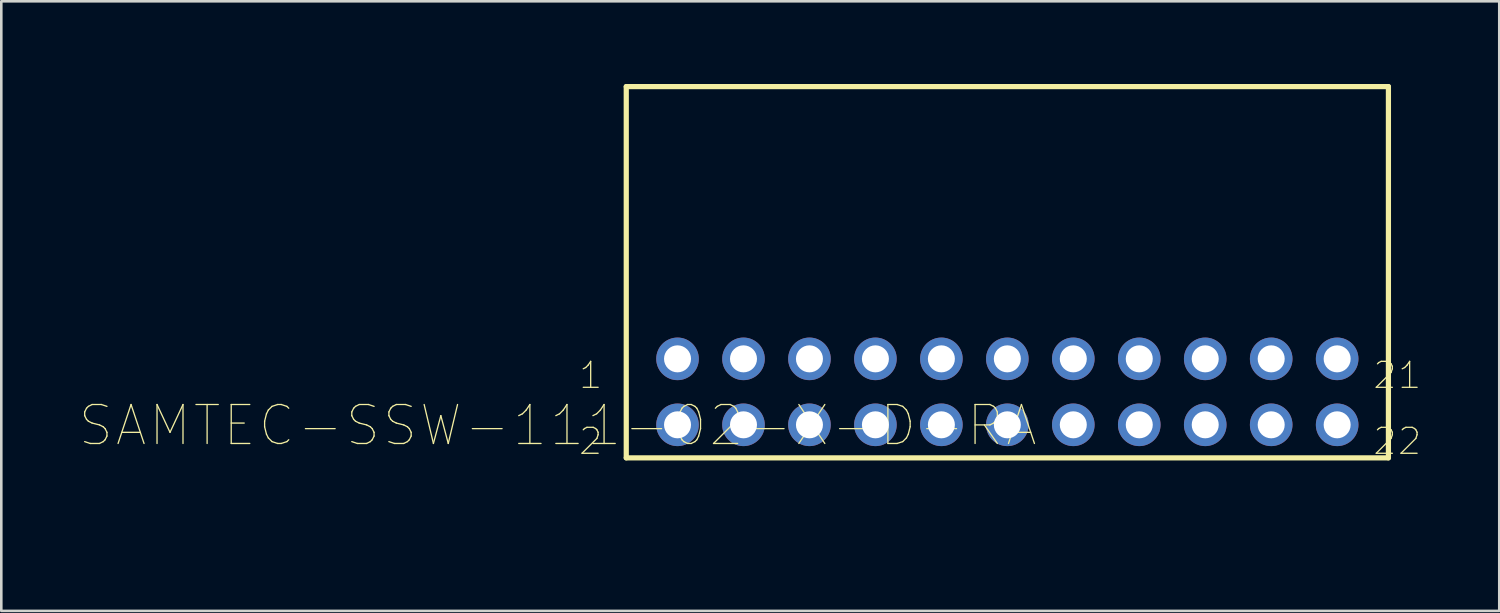
<source format=kicad_pcb>
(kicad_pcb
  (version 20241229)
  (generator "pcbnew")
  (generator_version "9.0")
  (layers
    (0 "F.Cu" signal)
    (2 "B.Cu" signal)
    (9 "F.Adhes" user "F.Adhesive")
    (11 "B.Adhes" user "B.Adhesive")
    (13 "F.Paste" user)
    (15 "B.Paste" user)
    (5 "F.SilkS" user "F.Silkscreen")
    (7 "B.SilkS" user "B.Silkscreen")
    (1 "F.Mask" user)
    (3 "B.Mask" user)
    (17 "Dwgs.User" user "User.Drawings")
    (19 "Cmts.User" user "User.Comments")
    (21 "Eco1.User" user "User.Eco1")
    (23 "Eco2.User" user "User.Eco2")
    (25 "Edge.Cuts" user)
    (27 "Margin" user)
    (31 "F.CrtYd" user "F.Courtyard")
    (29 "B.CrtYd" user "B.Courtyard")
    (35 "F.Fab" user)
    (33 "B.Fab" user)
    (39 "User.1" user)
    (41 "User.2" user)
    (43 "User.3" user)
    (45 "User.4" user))
  (footprint "SAMTEC-SSW-111-02-X-D-RA"
    (layer "F.Cu")
    (at 35.739 4.99)
    (property "Reference" "SAMTEC-SSW-111-02-X-D-RA" (at -17.314 8.345 0) (layer "F.SilkS") (effects (font (size 1.5 1.5) (thickness 0.05))))
    (attr through_hole)
    (fp_circle (center -12.7 5.778) (end -11.829 5.778) (stroke (width 0.1) (type solid)) (fill no) (layer "F.Mask"))
    (fp_circle (center -12.7 8.318) (end -11.829 8.318) (stroke (width 0.1) (type solid)) (fill no) (layer "F.Mask"))
    (fp_circle (center -10.16 5.778) (end -9.289 5.778) (stroke (width 0.1) (type solid)) (fill no) (layer "F.Mask"))
    (fp_circle (center -10.16 8.318) (end -9.289 8.318) (stroke (width 0.1) (type solid)) (fill no) (layer "F.Mask"))
    (fp_circle (center -7.62 5.778) (end -6.749 5.778) (stroke (width 0.1) (type solid)) (fill no) (layer "F.Mask"))
    (fp_circle (center -7.62 8.318) (end -6.749 8.318) (stroke (width 0.1) (type solid)) (fill no) (layer "F.Mask"))
    (fp_circle (center -5.08 5.778) (end -4.209 5.778) (stroke (width 0.1) (type solid)) (fill no) (layer "F.Mask"))
    (fp_circle (center -5.08 8.318) (end -4.209 8.318) (stroke (width 0.1) (type solid)) (fill no) (layer "F.Mask"))
    (fp_circle (center -2.54 5.778) (end -1.669 5.778) (stroke (width 0.1) (type solid)) (fill no) (layer "F.Mask"))
    (fp_circle (center -2.54 8.318) (end -1.669 8.318) (stroke (width 0.1) (type solid)) (fill no) (layer "F.Mask"))
    (fp_circle (center 0 5.778) (end 0.871 5.778) (stroke (width 0.1) (type solid)) (fill no) (layer "F.Mask"))
    (fp_circle (center 0 8.318) (end 0.871 8.318) (stroke (width 0.1) (type solid)) (fill no) (layer "F.Mask"))
    (fp_circle (center 2.54 5.778) (end 3.411 5.778) (stroke (width 0.1) (type solid)) (fill no) (layer "F.Mask"))
    (fp_circle (center 2.54 8.318) (end 3.411 8.318) (stroke (width 0.1) (type solid)) (fill no) (layer "F.Mask"))
    (fp_circle (center 5.08 5.778) (end 5.951 5.778) (stroke (width 0.1) (type solid)) (fill no) (layer "F.Mask"))
    (fp_circle (center 5.08 8.318) (end 5.951 8.318) (stroke (width 0.1) (type solid)) (fill no) (layer "F.Mask"))
    (fp_circle (center 7.62 5.778) (end 8.491 5.778) (stroke (width 0.1) (type solid)) (fill no) (layer "F.Mask"))
    (fp_circle (center 7.62 8.318) (end 8.491 8.318) (stroke (width 0.1) (type solid)) (fill no) (layer "F.Mask"))
    (fp_circle (center 10.16 5.778) (end 11.031 5.778) (stroke (width 0.1) (type solid)) (fill no) (layer "F.Mask"))
    (fp_circle (center 10.16 8.318) (end 11.031 8.318) (stroke (width 0.1) (type solid)) (fill no) (layer "F.Mask"))
    (fp_circle (center 12.7 5.778) (end 13.571 5.778) (stroke (width 0.1) (type solid)) (fill no) (layer "F.Mask"))
    (fp_circle (center 12.7 8.318) (end 13.571 8.318) (stroke (width 0.1) (type solid)) (fill no) (layer "F.Mask"))
    (fp_circle (center -12.7 5.778) (end -11.829 5.778) (stroke (width 0.1) (type solid)) (fill no) (layer "B.Mask"))
    (fp_circle (center -12.7 8.318) (end -11.829 8.318) (stroke (width 0.1) (type solid)) (fill no) (layer "B.Mask"))
    (fp_circle (center -10.16 5.778) (end -9.289 5.778) (stroke (width 0.1) (type solid)) (fill no) (layer "B.Mask"))
    (fp_circle (center -10.16 8.318) (end -9.289 8.318) (stroke (width 0.1) (type solid)) (fill no) (layer "B.Mask"))
    (fp_circle (center -7.62 5.778) (end -6.749 5.778) (stroke (width 0.1) (type solid)) (fill no) (layer "B.Mask"))
    (fp_circle (center -7.62 8.318) (end -6.749 8.318) (stroke (width 0.1) (type solid)) (fill no) (layer "B.Mask"))
    (fp_circle (center -5.08 5.778) (end -4.209 5.778) (stroke (width 0.1) (type solid)) (fill no) (layer "B.Mask"))
    (fp_circle (center -5.08 8.318) (end -4.209 8.318) (stroke (width 0.1) (type solid)) (fill no) (layer "B.Mask"))
    (fp_circle (center -2.54 5.778) (end -1.669 5.778) (stroke (width 0.1) (type solid)) (fill no) (layer "B.Mask"))
    (fp_circle (center -2.54 8.318) (end -1.669 8.318) (stroke (width 0.1) (type solid)) (fill no) (layer "B.Mask"))
    (fp_circle (center 0 5.778) (end 0.871 5.778) (stroke (width 0.1) (type solid)) (fill no) (layer "B.Mask"))
    (fp_circle (center 0 8.318) (end 0.871 8.318) (stroke (width 0.1) (type solid)) (fill no) (layer "B.Mask"))
    (fp_circle (center 2.54 5.778) (end 3.411 5.778) (stroke (width 0.1) (type solid)) (fill no) (layer "B.Mask"))
    (fp_circle (center 2.54 8.318) (end 3.411 8.318) (stroke (width 0.1) (type solid)) (fill no) (layer "B.Mask"))
    (fp_circle (center 5.08 5.778) (end 5.951 5.778) (stroke (width 0.1) (type solid)) (fill no) (layer "B.Mask"))
    (fp_circle (center 5.08 8.318) (end 5.951 8.318) (stroke (width 0.1) (type solid)) (fill no) (layer "B.Mask"))
    (fp_circle (center 7.62 5.778) (end 8.491 5.778) (stroke (width 0.1) (type solid)) (fill no) (layer "B.Mask"))
    (fp_circle (center 7.62 8.318) (end 8.491 8.318) (stroke (width 0.1) (type solid)) (fill no) (layer "B.Mask"))
    (fp_circle (center 10.16 5.778) (end 11.031 5.778) (stroke (width 0.1) (type solid)) (fill no) (layer "B.Mask"))
    (fp_circle (center 10.16 8.318) (end 11.031 8.318) (stroke (width 0.1) (type solid)) (fill no) (layer "B.Mask"))
    (fp_circle (center 12.7 5.778) (end 13.571 5.778) (stroke (width 0.1) (type solid)) (fill no) (layer "B.Mask"))
    (fp_circle (center 12.7 8.318) (end 13.571 8.318) (stroke (width 0.1) (type solid)) (fill no) (layer "B.Mask"))
    (fp_line (start -14.674 -4.705) (end -14.674 9.59) (stroke (width 0.2) (type solid)) (layer "F.SilkS"))
    (fp_line (start -14.674 9.59) (end 14.674 9.59) (stroke (width 0.2) (type solid)) (layer "F.SilkS"))
    (fp_line (start 14.674 -4.705) (end -14.674 -4.705) (stroke (width 0.2) (type solid)) (layer "F.SilkS"))
    (fp_line (start 14.674 9.59) (end 14.674 -4.705) (stroke (width 0.2) (type solid)) (layer "F.SilkS"))
    (fp_poly (pts (xy -14.909 9.825) (xy -14.909 -4.94) (xy 14.909 -4.94) (xy 14.909 9.825) (xy -14.909 9.825)) (stroke (width 0.1) (type solid)) (fill no) (layer "Eco1.User"))
    (fp_line (start -20.606 -3.62) (end -20.447 -3.746) (stroke (width 0.1) (type solid)) (layer "Eco2.User"))
    (fp_line (start -20.606 3.62) (end -20.447 4.254) (stroke (width 0.1) (type solid)) (layer "Eco2.User"))
    (fp_line (start -20.526 -3.683) (end -20.447 -3.746) (stroke (width 0.1) (type solid)) (layer "Eco2.User"))
    (fp_line (start -20.526 3.683) (end -20.606 3.62) (stroke (width 0.1) (type solid)) (layer "Eco2.User"))
    (fp_line (start -20.447 -4.254) (end -20.606 -3.62) (stroke (width 0.1) (type solid)) (layer "Eco2.User"))
    (fp_line (start -20.447 -4.254) (end -20.526 -3.683) (stroke (width 0.1) (type solid)) (layer "Eco2.User"))
    (fp_line (start -20.447 -4.254) (end -20.368 -3.683) (stroke (width 0.1) (type solid)) (layer "Eco2.User"))
    (fp_line (start -20.447 -3.746) (end -20.447 -4.254) (stroke (width 0.1) (type solid)) (layer "Eco2.User"))
    (fp_line (start -20.447 -3.746) (end -20.288 -3.62) (stroke (width 0.1) (type solid)) (layer "Eco2.User"))
    (fp_line (start -20.447 -0.318) (end -20.447 -4.254) (stroke (width 0.1) (type solid)) (layer "Eco2.User"))
    (fp_line (start -20.447 0.318) (end -20.447 4.254) (stroke (width 0.1) (type solid)) (layer "Eco2.User"))
    (fp_line (start -20.447 3.746) (end -20.606 3.62) (stroke (width 0.1) (type solid)) (layer "Eco2.User"))
    (fp_line (start -20.447 3.746) (end -20.447 4.254) (stroke (width 0.1) (type solid)) (layer "Eco2.User"))
    (fp_line (start -20.447 4.254) (end -20.526 3.683) (stroke (width 0.1) (type solid)) (layer "Eco2.User"))
    (fp_line (start -20.447 4.254) (end -20.368 3.683) (stroke (width 0.1) (type solid)) (layer "Eco2.User"))
    (fp_line (start -20.447 4.254) (end -20.288 3.62) (stroke (width 0.1) (type solid)) (layer "Eco2.User"))
    (fp_line (start -20.368 -3.683) (end -20.288 -3.62) (stroke (width 0.1) (type solid)) (layer "Eco2.User"))
    (fp_line (start -20.368 3.683) (end -20.447 3.746) (stroke (width 0.1) (type solid)) (layer "Eco2.User"))
    (fp_line (start -20.288 -3.62) (end -20.447 -4.254) (stroke (width 0.1) (type solid)) (layer "Eco2.User"))
    (fp_line (start -20.288 3.62) (end -20.447 3.746) (stroke (width 0.1) (type solid)) (layer "Eco2.User"))
    (fp_line (start -18.764 6.414) (end -18.606 6.286) (stroke (width 0.1) (type solid)) (layer "Eco2.User"))
    (fp_line (start -18.764 7.684) (end -18.606 8.318) (stroke (width 0.1) (type solid)) (layer "Eco2.User"))
    (fp_line (start -18.685 6.35) (end -18.606 6.286) (stroke (width 0.1) (type solid)) (layer "Eco2.User"))
    (fp_line (start -18.685 7.747) (end -18.764 7.684) (stroke (width 0.1) (type solid)) (layer "Eco2.User"))
    (fp_line (start -18.606 5.778) (end -18.764 6.414) (stroke (width 0.1) (type solid)) (layer "Eco2.User"))
    (fp_line (start -18.606 5.778) (end -18.685 6.35) (stroke (width 0.1) (type solid)) (layer "Eco2.User"))
    (fp_line (start -18.606 5.778) (end -18.526 6.35) (stroke (width 0.1) (type solid)) (layer "Eco2.User"))
    (fp_line (start -18.606 6.286) (end -18.606 5.778) (stroke (width 0.1) (type solid)) (layer "Eco2.User"))
    (fp_line (start -18.606 6.286) (end -18.447 6.414) (stroke (width 0.1) (type solid)) (layer "Eco2.User"))
    (fp_line (start -18.606 6.731) (end -18.606 5.778) (stroke (width 0.1) (type solid)) (layer "Eco2.User"))
    (fp_line (start -18.606 7.366) (end -18.606 8.318) (stroke (width 0.1) (type solid)) (layer "Eco2.User"))
    (fp_line (start -18.606 7.81) (end -18.764 7.684) (stroke (width 0.1) (type solid)) (layer "Eco2.User"))
    (fp_line (start -18.606 7.81) (end -18.606 8.318) (stroke (width 0.1) (type solid)) (layer "Eco2.User"))
    (fp_line (start -18.606 8.318) (end -18.685 7.747) (stroke (width 0.1) (type solid)) (layer "Eco2.User"))
    (fp_line (start -18.606 8.318) (end -18.526 7.747) (stroke (width 0.1) (type solid)) (layer "Eco2.User"))
    (fp_line (start -18.606 8.318) (end -18.447 7.684) (stroke (width 0.1) (type solid)) (layer "Eco2.User"))
    (fp_line (start -18.526 6.35) (end -18.447 6.414) (stroke (width 0.1) (type solid)) (layer "Eco2.User"))
    (fp_line (start -18.526 7.747) (end -18.606 7.81) (stroke (width 0.1) (type solid)) (layer "Eco2.User"))
    (fp_line (start -18.447 6.414) (end -18.606 5.778) (stroke (width 0.1) (type solid)) (layer "Eco2.User"))
    (fp_line (start -18.447 7.684) (end -18.606 7.81) (stroke (width 0.1) (type solid)) (layer "Eco2.User"))
    (fp_line (start -14.925 -4.254) (end -21.148 -4.254) (stroke (width 0.1) (type solid)) (layer "Eco2.User"))
    (fp_line (start -14.925 4.254) (end -21.148 4.254) (stroke (width 0.1) (type solid)) (layer "Eco2.User"))
    (fp_line (start -14.674 -4.705) (end -14.674 9.59) (stroke (width 0.1) (type solid)) (layer "Eco2.User"))
    (fp_line (start -14.674 9.59) (end 14.674 9.59) (stroke (width 0.1) (type solid)) (layer "Eco2.User"))
    (fp_line (start -14.224 -4.254) (end -14.224 4.254) (stroke (width 0.1) (type solid)) (layer "Eco2.User"))
    (fp_line (start -14.224 4.254) (end -13.716 4.254) (stroke (width 0.1) (type solid)) (layer "Eco2.User"))
    (fp_line (start -14.224 4.956) (end -14.224 9.02) (stroke (width 0.1) (type solid)) (layer "Eco2.User"))
    (fp_line (start -14.224 8.318) (end -13.652 8.239) (stroke (width 0.1) (type solid)) (layer "Eco2.User"))
    (fp_line (start -14.224 8.318) (end -13.652 8.398) (stroke (width 0.1) (type solid)) (layer "Eco2.User"))
    (fp_line (start -14.224 8.318) (end -13.589 8.477) (stroke (width 0.1) (type solid)) (layer "Eco2.User"))
    (fp_line (start -13.818 10.668) (end -12.7 10.668) (stroke (width 0.1) (type solid)) (layer "Eco2.User"))
    (fp_line (start -13.716 3.746) (end -11.684 3.746) (stroke (width 0.1) (type solid)) (layer "Eco2.User"))
    (fp_line (start -13.716 4.254) (end -13.716 3.746) (stroke (width 0.1) (type solid)) (layer "Eco2.User"))
    (fp_line (start -13.716 8.318) (end -14.224 8.318) (stroke (width 0.1) (type solid)) (layer "Eco2.User"))
    (fp_line (start -13.716 8.318) (end -13.589 8.16) (stroke (width 0.1) (type solid)) (layer "Eco2.User"))
    (fp_line (start -13.652 8.239) (end -13.589 8.16) (stroke (width 0.1) (type solid)) (layer "Eco2.User"))
    (fp_line (start -13.652 8.398) (end -13.716 8.318) (stroke (width 0.1) (type solid)) (layer "Eco2.User"))
    (fp_line (start -13.589 8.16) (end -14.224 8.318) (stroke (width 0.1) (type solid)) (layer "Eco2.User"))
    (fp_line (start -13.589 8.477) (end -13.716 8.318) (stroke (width 0.1) (type solid)) (layer "Eco2.User"))
    (fp_line (start -13.401 5.778) (end -19.307 5.778) (stroke (width 0.1) (type solid)) (layer "Eco2.User"))
    (fp_line (start -13.401 8.318) (end -19.307 8.318) (stroke (width 0.1) (type solid)) (layer "Eco2.User"))
    (fp_line (start -13.094 3.746) (end -13.094 8.522) (stroke (width 0.1) (type solid)) (layer "Eco2.User"))
    (fp_line (start -13.094 8.522) (end -12.306 8.522) (stroke (width 0.1) (type solid)) (layer "Eco2.User"))
    (fp_line (start -12.7 9.02) (end -12.7 11.369) (stroke (width 0.1) (type solid)) (layer "Eco2.User"))
    (fp_line (start -12.7 9.02) (end -12.7 12.385) (stroke (width 0.1) (type solid)) (layer "Eco2.User"))
    (fp_line (start -12.7 10.668) (end -12.128 10.589) (stroke (width 0.1) (type solid)) (layer "Eco2.User"))
    (fp_line (start -12.7 10.668) (end -12.128 10.747) (stroke (width 0.1) (type solid)) (layer "Eco2.User"))
    (fp_line (start -12.7 10.668) (end -12.065 10.827) (stroke (width 0.1) (type solid)) (layer "Eco2.User"))
    (fp_line (start -12.7 10.668) (end -10.16 10.668) (stroke (width 0.1) (type solid)) (layer "Eco2.User"))
    (fp_line (start -12.7 11.684) (end -12.128 11.605) (stroke (width 0.1) (type solid)) (layer "Eco2.User"))
    (fp_line (start -12.7 11.684) (end -12.128 11.763) (stroke (width 0.1) (type solid)) (layer "Eco2.User"))
    (fp_line (start -12.7 11.684) (end -12.065 11.843) (stroke (width 0.1) (type solid)) (layer "Eco2.User"))
    (fp_line (start -12.306 8.522) (end -12.306 3.746) (stroke (width 0.1) (type solid)) (layer "Eco2.User"))
    (fp_line (start -12.192 10.668) (end -12.7 10.668) (stroke (width 0.1) (type solid)) (layer "Eco2.User"))
    (fp_line (start -12.192 10.668) (end -12.065 10.509) (stroke (width 0.1) (type solid)) (layer "Eco2.User"))
    (fp_line (start -12.192 11.684) (end -12.7 11.684) (stroke (width 0.1) (type solid)) (layer "Eco2.User"))
    (fp_line (start -12.192 11.684) (end -12.065 11.525) (stroke (width 0.1) (type solid)) (layer "Eco2.User"))
    (fp_line (start -12.128 10.589) (end -12.065 10.509) (stroke (width 0.1) (type solid)) (layer "Eco2.User"))
    (fp_line (start -12.128 10.747) (end -12.192 10.668) (stroke (width 0.1) (type solid)) (layer "Eco2.User"))
    (fp_line (start -12.128 11.605) (end -12.065 11.525) (stroke (width 0.1) (type solid)) (layer "Eco2.User"))
    (fp_line (start -12.128 11.763) (end -12.192 11.684) (stroke (width 0.1) (type solid)) (layer "Eco2.User"))
    (fp_line (start -12.065 10.509) (end -12.7 10.668) (stroke (width 0.1) (type solid)) (layer "Eco2.User"))
    (fp_line (start -12.065 10.827) (end -12.192 10.668) (stroke (width 0.1) (type solid)) (layer "Eco2.User"))
    (fp_line (start -12.065 11.525) (end -12.7 11.684) (stroke (width 0.1) (type solid)) (layer "Eco2.User"))
    (fp_line (start -12.065 11.843) (end -12.192 11.684) (stroke (width 0.1) (type solid)) (layer "Eco2.User"))
    (fp_line (start -11.684 3.746) (end -11.684 4.254) (stroke (width 0.1) (type solid)) (layer "Eco2.User"))
    (fp_line (start -11.684 4.254) (end -11.43 4.254) (stroke (width 0.1) (type solid)) (layer "Eco2.User"))
    (fp_line (start -11.43 -4.254) (end -14.224 -4.254) (stroke (width 0.1) (type solid)) (layer "Eco2.User"))
    (fp_line (start -11.176 3.746) (end -11.176 4.254) (stroke (width 0.1) (type solid)) (layer "Eco2.User"))
    (fp_line (start -11.176 4.254) (end -11.43 4.254) (stroke (width 0.1) (type solid)) (layer "Eco2.User"))
    (fp_line (start -10.795 10.509) (end -10.668 10.668) (stroke (width 0.1) (type solid)) (layer "Eco2.User"))
    (fp_line (start -10.795 10.827) (end -10.16 10.668) (stroke (width 0.1) (type solid)) (layer "Eco2.User"))
    (fp_line (start -10.732 10.589) (end -10.668 10.668) (stroke (width 0.1) (type solid)) (layer "Eco2.User"))
    (fp_line (start -10.732 10.747) (end -10.795 10.827) (stroke (width 0.1) (type solid)) (layer "Eco2.User"))
    (fp_line (start -10.668 10.668) (end -10.795 10.827) (stroke (width 0.1) (type solid)) (layer "Eco2.User"))
    (fp_line (start -10.668 10.668) (end -10.16 10.668) (stroke (width 0.1) (type solid)) (layer "Eco2.User"))
    (fp_line (start -10.554 3.746) (end -10.554 8.522) (stroke (width 0.1) (type solid)) (layer "Eco2.User"))
    (fp_line (start -10.554 8.522) (end -9.766 8.522) (stroke (width 0.1) (type solid)) (layer "Eco2.User"))
    (fp_line (start -10.16 9.02) (end -10.16 11.369) (stroke (width 0.1) (type solid)) (layer "Eco2.User"))
    (fp_line (start -10.16 10.668) (end -10.795 10.509) (stroke (width 0.1) (type solid)) (layer "Eco2.User"))
    (fp_line (start -10.16 10.668) (end -10.732 10.589) (stroke (width 0.1) (type solid)) (layer "Eco2.User"))
    (fp_line (start -10.16 10.668) (end -10.732 10.747) (stroke (width 0.1) (type solid)) (layer "Eco2.User"))
    (fp_line (start -9.766 8.522) (end -9.766 3.746) (stroke (width 0.1) (type solid)) (layer "Eco2.User"))
    (fp_line (start -9.144 3.746) (end -11.176 3.746) (stroke (width 0.1) (type solid)) (layer "Eco2.User"))
    (fp_line (start -9.144 4.254) (end -9.144 3.746) (stroke (width 0.1) (type solid)) (layer "Eco2.User"))
    (fp_line (start -8.89 -4.254) (end -11.43 -4.254) (stroke (width 0.1) (type solid)) (layer "Eco2.User"))
    (fp_line (start -8.89 4.254) (end -9.144 4.254) (stroke (width 0.1) (type solid)) (layer "Eco2.User"))
    (fp_line (start -8.636 3.746) (end -8.636 4.254) (stroke (width 0.1) (type solid)) (layer "Eco2.User"))
    (fp_line (start -8.636 4.254) (end -8.89 4.254) (stroke (width 0.1) (type solid)) (layer "Eco2.User"))
    (fp_line (start -8.014 3.746) (end -8.014 8.522) (stroke (width 0.1) (type solid)) (layer "Eco2.User"))
    (fp_line (start -8.014 8.522) (end -7.226 8.522) (stroke (width 0.1) (type solid)) (layer "Eco2.User"))
    (fp_line (start -7.226 8.522) (end -7.226 3.746) (stroke (width 0.1) (type solid)) (layer "Eco2.User"))
    (fp_line (start -6.604 3.746) (end -8.636 3.746) (stroke (width 0.1) (type solid)) (layer "Eco2.User"))
    (fp_line (start -6.604 4.254) (end -6.604 3.746) (stroke (width 0.1) (type solid)) (layer "Eco2.User"))
    (fp_line (start -6.35 -4.254) (end -8.89 -4.254) (stroke (width 0.1) (type solid)) (layer "Eco2.User"))
    (fp_line (start -6.35 4.254) (end -6.604 4.254) (stroke (width 0.1) (type solid)) (layer "Eco2.User"))
    (fp_line (start -6.096 3.746) (end -6.096 4.254) (stroke (width 0.1) (type solid)) (layer "Eco2.User"))
    (fp_line (start -6.096 4.254) (end -6.35 4.254) (stroke (width 0.1) (type solid)) (layer "Eco2.User"))
    (fp_line (start -5.474 3.746) (end -5.474 8.522) (stroke (width 0.1) (type solid)) (layer "Eco2.User"))
    (fp_line (start -5.474 8.522) (end -4.686 8.522) (stroke (width 0.1) (type solid)) (layer "Eco2.User"))
    (fp_line (start -4.686 8.522) (end -4.686 3.746) (stroke (width 0.1) (type solid)) (layer "Eco2.User"))
    (fp_line (start -4.064 3.746) (end -6.096 3.746) (stroke (width 0.1) (type solid)) (layer "Eco2.User"))
    (fp_line (start -4.064 4.254) (end -4.064 3.746) (stroke (width 0.1) (type solid)) (layer "Eco2.User"))
    (fp_line (start -3.81 -4.254) (end -6.35 -4.254) (stroke (width 0.1) (type solid)) (layer "Eco2.User"))
    (fp_line (start -3.81 4.254) (end -4.064 4.254) (stroke (width 0.1) (type solid)) (layer "Eco2.User"))
    (fp_line (start -3.556 3.746) (end -3.556 4.254) (stroke (width 0.1) (type solid)) (layer "Eco2.User"))
    (fp_line (start -3.556 4.254) (end -3.81 4.254) (stroke (width 0.1) (type solid)) (layer "Eco2.User"))
    (fp_line (start -2.934 3.746) (end -2.934 8.522) (stroke (width 0.1) (type solid)) (layer "Eco2.User"))
    (fp_line (start -2.934 8.522) (end -2.146 8.522) (stroke (width 0.1) (type solid)) (layer "Eco2.User"))
    (fp_line (start -2.146 8.522) (end -2.146 3.746) (stroke (width 0.1) (type solid)) (layer "Eco2.User"))
    (fp_line (start -1.524 3.746) (end -3.556 3.746) (stroke (width 0.1) (type solid)) (layer "Eco2.User"))
    (fp_line (start -1.524 4.254) (end -1.524 3.746) (stroke (width 0.1) (type solid)) (layer "Eco2.User"))
    (fp_line (start -1.27 -4.254) (end -3.81 -4.254) (stroke (width 0.1) (type solid)) (layer "Eco2.User"))
    (fp_line (start -1.27 4.254) (end -1.524 4.254) (stroke (width 0.1) (type solid)) (layer "Eco2.User"))
    (fp_line (start -1.016 3.746) (end -1.016 4.254) (stroke (width 0.1) (type solid)) (layer "Eco2.User"))
    (fp_line (start -1.016 4.254) (end -1.27 4.254) (stroke (width 0.1) (type solid)) (layer "Eco2.User"))
    (fp_line (start -0.991 8.318) (end -14.224 8.318) (stroke (width 0.1) (type solid)) (layer "Eco2.User"))
    (fp_line (start -0.991 11.684) (end -12.7 11.684) (stroke (width 0.1) (type solid)) (layer "Eco2.User"))
    (fp_line (start -0.394 3.746) (end -0.394 8.522) (stroke (width 0.1) (type solid)) (layer "Eco2.User"))
    (fp_line (start -0.394 8.522) (end 0.394 8.522) (stroke (width 0.1) (type solid)) (layer "Eco2.User"))
    (fp_line (start 0.394 8.522) (end 0.394 3.746) (stroke (width 0.1) (type solid)) (layer "Eco2.User"))
    (fp_line (start 0.991 8.318) (end 14.224 8.318) (stroke (width 0.1) (type solid)) (layer "Eco2.User"))
    (fp_line (start 0.991 11.684) (end 12.7 11.684) (stroke (width 0.1) (type solid)) (layer "Eco2.User"))
    (fp_line (start 1.016 3.746) (end -1.016 3.746) (stroke (width 0.1) (type solid)) (layer "Eco2.User"))
    (fp_line (start 1.016 4.254) (end 1.016 3.746) (stroke (width 0.1) (type solid)) (layer "Eco2.User"))
    (fp_line (start 1.27 -4.254) (end -1.27 -4.254) (stroke (width 0.1) (type solid)) (layer "Eco2.User"))
    (fp_line (start 1.27 4.254) (end 1.016 4.254) (stroke (width 0.1) (type solid)) (layer "Eco2.User"))
    (fp_line (start 1.524 3.746) (end 1.524 4.254) (stroke (width 0.1) (type solid)) (layer "Eco2.User"))
    (fp_line (start 1.524 4.254) (end 1.27 4.254) (stroke (width 0.1) (type solid)) (layer "Eco2.User"))
    (fp_line (start 2.146 3.746) (end 2.146 8.522) (stroke (width 0.1) (type solid)) (layer "Eco2.User"))
    (fp_line (start 2.146 8.522) (end 2.934 8.522) (stroke (width 0.1) (type solid)) (layer "Eco2.User"))
    (fp_line (start 2.934 8.522) (end 2.934 3.746) (stroke (width 0.1) (type solid)) (layer "Eco2.User"))
    (fp_line (start 3.556 3.746) (end 1.524 3.746) (stroke (width 0.1) (type solid)) (layer "Eco2.User"))
    (fp_line (start 3.556 4.254) (end 3.556 3.746) (stroke (width 0.1) (type solid)) (layer "Eco2.User"))
    (fp_line (start 3.81 -4.254) (end 1.27 -4.254) (stroke (width 0.1) (type solid)) (layer "Eco2.User"))
    (fp_line (start 3.81 4.254) (end 3.556 4.254) (stroke (width 0.1) (type solid)) (layer "Eco2.User"))
    (fp_line (start 4.064 3.746) (end 4.064 4.254) (stroke (width 0.1) (type solid)) (layer "Eco2.User"))
    (fp_line (start 4.064 4.254) (end 3.81 4.254) (stroke (width 0.1) (type solid)) (layer "Eco2.User"))
    (fp_line (start 4.686 3.746) (end 4.686 8.522) (stroke (width 0.1) (type solid)) (layer "Eco2.User"))
    (fp_line (start 4.686 8.522) (end 5.474 8.522) (stroke (width 0.1) (type solid)) (layer "Eco2.User"))
    (fp_line (start 5.474 8.522) (end 5.474 3.746) (stroke (width 0.1) (type solid)) (layer "Eco2.User"))
    (fp_line (start 6.096 3.746) (end 4.064 3.746) (stroke (width 0.1) (type solid)) (layer "Eco2.User"))
    (fp_line (start 6.096 4.254) (end 6.096 3.746) (stroke (width 0.1) (type solid)) (layer "Eco2.User"))
    (fp_line (start 6.35 -4.254) (end 3.81 -4.254) (stroke (width 0.1) (type solid)) (layer "Eco2.User"))
    (fp_line (start 6.35 4.254) (end 6.096 4.254) (stroke (width 0.1) (type solid)) (layer "Eco2.User"))
    (fp_line (start 6.604 3.746) (end 6.604 4.254) (stroke (width 0.1) (type solid)) (layer "Eco2.User"))
    (fp_line (start 6.604 4.254) (end 6.35 4.254) (stroke (width 0.1) (type solid)) (layer "Eco2.User"))
    (fp_line (start 7.226 3.746) (end 7.226 8.522) (stroke (width 0.1) (type solid)) (layer "Eco2.User"))
    (fp_line (start 7.226 8.522) (end 8.014 8.522) (stroke (width 0.1) (type solid)) (layer "Eco2.User"))
    (fp_line (start 8.014 8.522) (end 8.014 3.746) (stroke (width 0.1) (type solid)) (layer "Eco2.User"))
    (fp_line (start 8.636 3.746) (end 6.604 3.746) (stroke (width 0.1) (type solid)) (layer "Eco2.User"))
    (fp_line (start 8.636 4.254) (end 8.636 3.746) (stroke (width 0.1) (type solid)) (layer "Eco2.User"))
    (fp_line (start 8.89 -4.254) (end 6.35 -4.254) (stroke (width 0.1) (type solid)) (layer "Eco2.User"))
    (fp_line (start 8.89 4.254) (end 8.636 4.254) (stroke (width 0.1) (type solid)) (layer "Eco2.User"))
    (fp_line (start 9.144 3.746) (end 9.144 4.254) (stroke (width 0.1) (type solid)) (layer "Eco2.User"))
    (fp_line (start 9.144 4.254) (end 8.89 4.254) (stroke (width 0.1) (type solid)) (layer "Eco2.User"))
    (fp_line (start 9.766 3.746) (end 9.766 8.522) (stroke (width 0.1) (type solid)) (layer "Eco2.User"))
    (fp_line (start 9.766 8.522) (end 10.554 8.522) (stroke (width 0.1) (type solid)) (layer "Eco2.User"))
    (fp_line (start 10.554 8.522) (end 10.554 3.746) (stroke (width 0.1) (type solid)) (layer "Eco2.User"))
    (fp_line (start 11.176 3.746) (end 9.144 3.746) (stroke (width 0.1) (type solid)) (layer "Eco2.User"))
    (fp_line (start 11.176 4.254) (end 11.176 3.746) (stroke (width 0.1) (type solid)) (layer "Eco2.User"))
    (fp_line (start 11.43 -4.254) (end 8.89 -4.254) (stroke (width 0.1) (type solid)) (layer "Eco2.User"))
    (fp_line (start 11.43 -4.254) (end 14.224 -4.254) (stroke (width 0.1) (type solid)) (layer "Eco2.User"))
    (fp_line (start 11.43 4.254) (end 11.176 4.254) (stroke (width 0.1) (type solid)) (layer "Eco2.User"))
    (fp_line (start 11.684 3.746) (end 11.684 4.254) (stroke (width 0.1) (type solid)) (layer "Eco2.User"))
    (fp_line (start 11.684 4.254) (end 11.43 4.254) (stroke (width 0.1) (type solid)) (layer "Eco2.User"))
    (fp_line (start 12.065 11.525) (end 12.192 11.684) (stroke (width 0.1) (type solid)) (layer "Eco2.User"))
    (fp_line (start 12.065 11.843) (end 12.7 11.684) (stroke (width 0.1) (type solid)) (layer "Eco2.User"))
    (fp_line (start 12.128 11.605) (end 12.192 11.684) (stroke (width 0.1) (type solid)) (layer "Eco2.User"))
    (fp_line (start 12.128 11.763) (end 12.065 11.843) (stroke (width 0.1) (type solid)) (layer "Eco2.User"))
    (fp_line (start 12.192 11.684) (end 12.065 11.843) (stroke (width 0.1) (type solid)) (layer "Eco2.User"))
    (fp_line (start 12.192 11.684) (end 12.7 11.684) (stroke (width 0.1) (type solid)) (layer "Eco2.User"))
    (fp_line (start 12.306 3.746) (end 12.306 8.522) (stroke (width 0.1) (type solid)) (layer "Eco2.User"))
    (fp_line (start 12.306 8.522) (end 13.094 8.522) (stroke (width 0.1) (type solid)) (layer "Eco2.User"))
    (fp_line (start 12.7 9.02) (end 12.7 12.385) (stroke (width 0.1) (type solid)) (layer "Eco2.User"))
    (fp_line (start 12.7 11.684) (end 12.065 11.525) (stroke (width 0.1) (type solid)) (layer "Eco2.User"))
    (fp_line (start 12.7 11.684) (end 12.128 11.605) (stroke (width 0.1) (type solid)) (layer "Eco2.User"))
    (fp_line (start 12.7 11.684) (end 12.128 11.763) (stroke (width 0.1) (type solid)) (layer "Eco2.User"))
    (fp_line (start 13.094 8.522) (end 13.094 3.746) (stroke (width 0.1) (type solid)) (layer "Eco2.User"))
    (fp_line (start 13.589 8.16) (end 13.716 8.318) (stroke (width 0.1) (type solid)) (layer "Eco2.User"))
    (fp_line (start 13.589 8.477) (end 14.224 8.318) (stroke (width 0.1) (type solid)) (layer "Eco2.User"))
    (fp_line (start 13.652 8.239) (end 13.716 8.318) (stroke (width 0.1) (type solid)) (layer "Eco2.User"))
    (fp_line (start 13.652 8.398) (end 13.589 8.477) (stroke (width 0.1) (type solid)) (layer "Eco2.User"))
    (fp_line (start 13.716 3.746) (end 11.684 3.746) (stroke (width 0.1) (type solid)) (layer "Eco2.User"))
    (fp_line (start 13.716 4.254) (end 13.716 3.746) (stroke (width 0.1) (type solid)) (layer "Eco2.User"))
    (fp_line (start 13.716 8.318) (end 13.589 8.477) (stroke (width 0.1) (type solid)) (layer "Eco2.User"))
    (fp_line (start 13.716 8.318) (end 14.224 8.318) (stroke (width 0.1) (type solid)) (layer "Eco2.User"))
    (fp_line (start 14.224 -4.254) (end 14.224 4.254) (stroke (width 0.1) (type solid)) (layer "Eco2.User"))
    (fp_line (start 14.224 4.254) (end 13.716 4.254) (stroke (width 0.1) (type solid)) (layer "Eco2.User"))
    (fp_line (start 14.224 4.956) (end 14.224 9.02) (stroke (width 0.1) (type solid)) (layer "Eco2.User"))
    (fp_line (start 14.224 8.318) (end 13.589 8.16) (stroke (width 0.1) (type solid)) (layer "Eco2.User"))
    (fp_line (start 14.224 8.318) (end 13.652 8.239) (stroke (width 0.1) (type solid)) (layer "Eco2.User"))
    (fp_line (start 14.224 8.318) (end 13.652 8.398) (stroke (width 0.1) (type solid)) (layer "Eco2.User"))
    (fp_line (start 14.674 -4.705) (end -14.674 -4.705) (stroke (width 0.1) (type solid)) (layer "Eco2.User"))
    (fp_line (start 14.674 9.59) (end 14.674 -4.705) (stroke (width 0.1) (type solid)) (layer "Eco2.User"))
    (fp_poly (pts (xy -15.24 10.858) (xy -15.24 3.238) (xy 15.24 3.238) (xy 15.24 10.858) (xy -15.24 10.858)) (stroke (width 0.1) (type solid)) (fill no) (layer "Eco2.User"))
    (fp_text user "22" (at 15.015 8.954 0) (layer "F.SilkS") (effects (font (size 1 1) (thickness 0.05))))
    (fp_text user "2" (at -16.044 8.954 0) (layer "F.SilkS") (effects (font (size 1 1) (thickness 0.05))))
    (fp_text user "1" (at -16.044 6.414 0) (layer "F.SilkS") (effects (font (size 1 1) (thickness 0.05))))
    (fp_text user "21" (at 15.015 6.414 0) (layer "F.SilkS") (effects (font (size 1 1) (thickness 0.05))))
    (fp_text user "25.400" (at -0.8 11.811 0) (layer "Edge.Cuts") (effects (font (size 1 1) (thickness 0.05))))
    (fp_text user "1" (at -16.044 6.414 0) (layer "Edge.Cuts") (effects (font (size 1 1) (thickness 0.05))))
    (fp_text user "22" (at 15.015 8.954 0) (layer "Edge.Cuts") (effects (font (size 1 1) (thickness 0.05))))
    (fp_text user "2.540" (at -19.266 7.176 0) (layer "Edge.Cuts") (effects (font (size 1 1) (thickness 0.05))))
    (fp_text user "2" (at -16.044 8.954 0) (layer "Edge.Cuts") (effects (font (size 1 1) (thickness 0.05))))
    (fp_text user "8.509" (at -21.107 0.127 0) (layer "Edge.Cuts") (effects (font (size 1 1) (thickness 0.05))))
    (fp_text user "28.448" (at -0.8 8.446 0) (layer "Edge.Cuts") (effects (font (size 1 1) (thickness 0.05))))
    (fp_text user "21" (at 15.015 6.414 0) (layer "Edge.Cuts") (effects (font (size 1 1) (thickness 0.05))))
    (fp_text user "2.540" (at -15.329 10.795 0) (layer "Edge.Cuts") (effects (font (size 1 1) (thickness 0.05))))
    (pad "1" thru_hole circle (at 12.7 8.318) (size 1.64 1.64) (drill 1.04) (layers "*.Cu" "*.Mask"))
    (pad "2" thru_hole circle (at 12.7 5.778) (size 1.64 1.64) (drill 1.04) (layers "*.Cu" "*.Mask"))
    (pad "3" thru_hole circle (at 10.16 8.318) (size 1.64 1.64) (drill 1.04) (layers "*.Cu" "*.Mask"))
    (pad "4" thru_hole circle (at 10.16 5.778) (size 1.64 1.64) (drill 1.04) (layers "*.Cu" "*.Mask"))
    (pad "5" thru_hole circle (at 7.62 8.318) (size 1.64 1.64) (drill 1.04) (layers "*.Cu" "*.Mask"))
    (pad "6" thru_hole circle (at 7.62 5.778) (size 1.64 1.64) (drill 1.04) (layers "*.Cu" "*.Mask"))
    (pad "7" thru_hole circle (at 5.08 8.318) (size 1.64 1.64) (drill 1.04) (layers "*.Cu" "*.Mask"))
    (pad "8" thru_hole circle (at 5.08 5.778) (size 1.64 1.64) (drill 1.04) (layers "*.Cu" "*.Mask"))
    (pad "9" thru_hole circle (at 2.54 8.318) (size 1.64 1.64) (drill 1.04) (layers "*.Cu" "*.Mask"))
    (pad "10" thru_hole circle (at 2.54 5.778) (size 1.64 1.64) (drill 1.04) (layers "*.Cu" "*.Mask"))
    (pad "11" thru_hole circle (at 0 8.318) (size 1.64 1.64) (drill 1.04) (layers "*.Cu" "*.Mask"))
    (pad "12" thru_hole circle (at 0 5.778) (size 1.64 1.64) (drill 1.04) (layers "*.Cu" "*.Mask"))
    (pad "13" thru_hole circle (at -2.54 8.318) (size 1.64 1.64) (drill 1.04) (layers "*.Cu" "*.Mask"))
    (pad "14" thru_hole circle (at -2.54 5.778) (size 1.64 1.64) (drill 1.04) (layers "*.Cu" "*.Mask"))
    (pad "15" thru_hole circle (at -5.08 8.318) (size 1.64 1.64) (drill 1.04) (layers "*.Cu" "*.Mask"))
    (pad "16" thru_hole circle (at -5.08 5.778) (size 1.64 1.64) (drill 1.04) (layers "*.Cu" "*.Mask"))
    (pad "17" thru_hole circle (at -7.62 8.318) (size 1.64 1.64) (drill 1.04) (layers "*.Cu" "*.Mask"))
    (pad "18" thru_hole circle (at -7.62 5.778) (size 1.64 1.64) (drill 1.04) (layers "*.Cu" "*.Mask"))
    (pad "19" thru_hole circle (at -10.16 8.318) (size 1.64 1.64) (drill 1.04) (layers "*.Cu" "*.Mask"))
    (pad "20" thru_hole circle (at -10.16 5.778) (size 1.64 1.64) (drill 1.04) (layers "*.Cu" "*.Mask"))
    (pad "21" thru_hole circle (at -12.7 8.318) (size 1.64 1.64) (drill 1.04) (layers "*.Cu" "*.Mask"))
    (pad "22" thru_hole circle (at -12.7 5.778) (size 1.64 1.64) (drill 1.04) (layers "*.Cu" "*.Mask")))
  (gr_rect
    (start -3 -3)
    (end 54.681 20.474)
    (stroke (width 0.1) (type default))
    (fill no)
    (layer "Edge.Cuts")))
</source>
